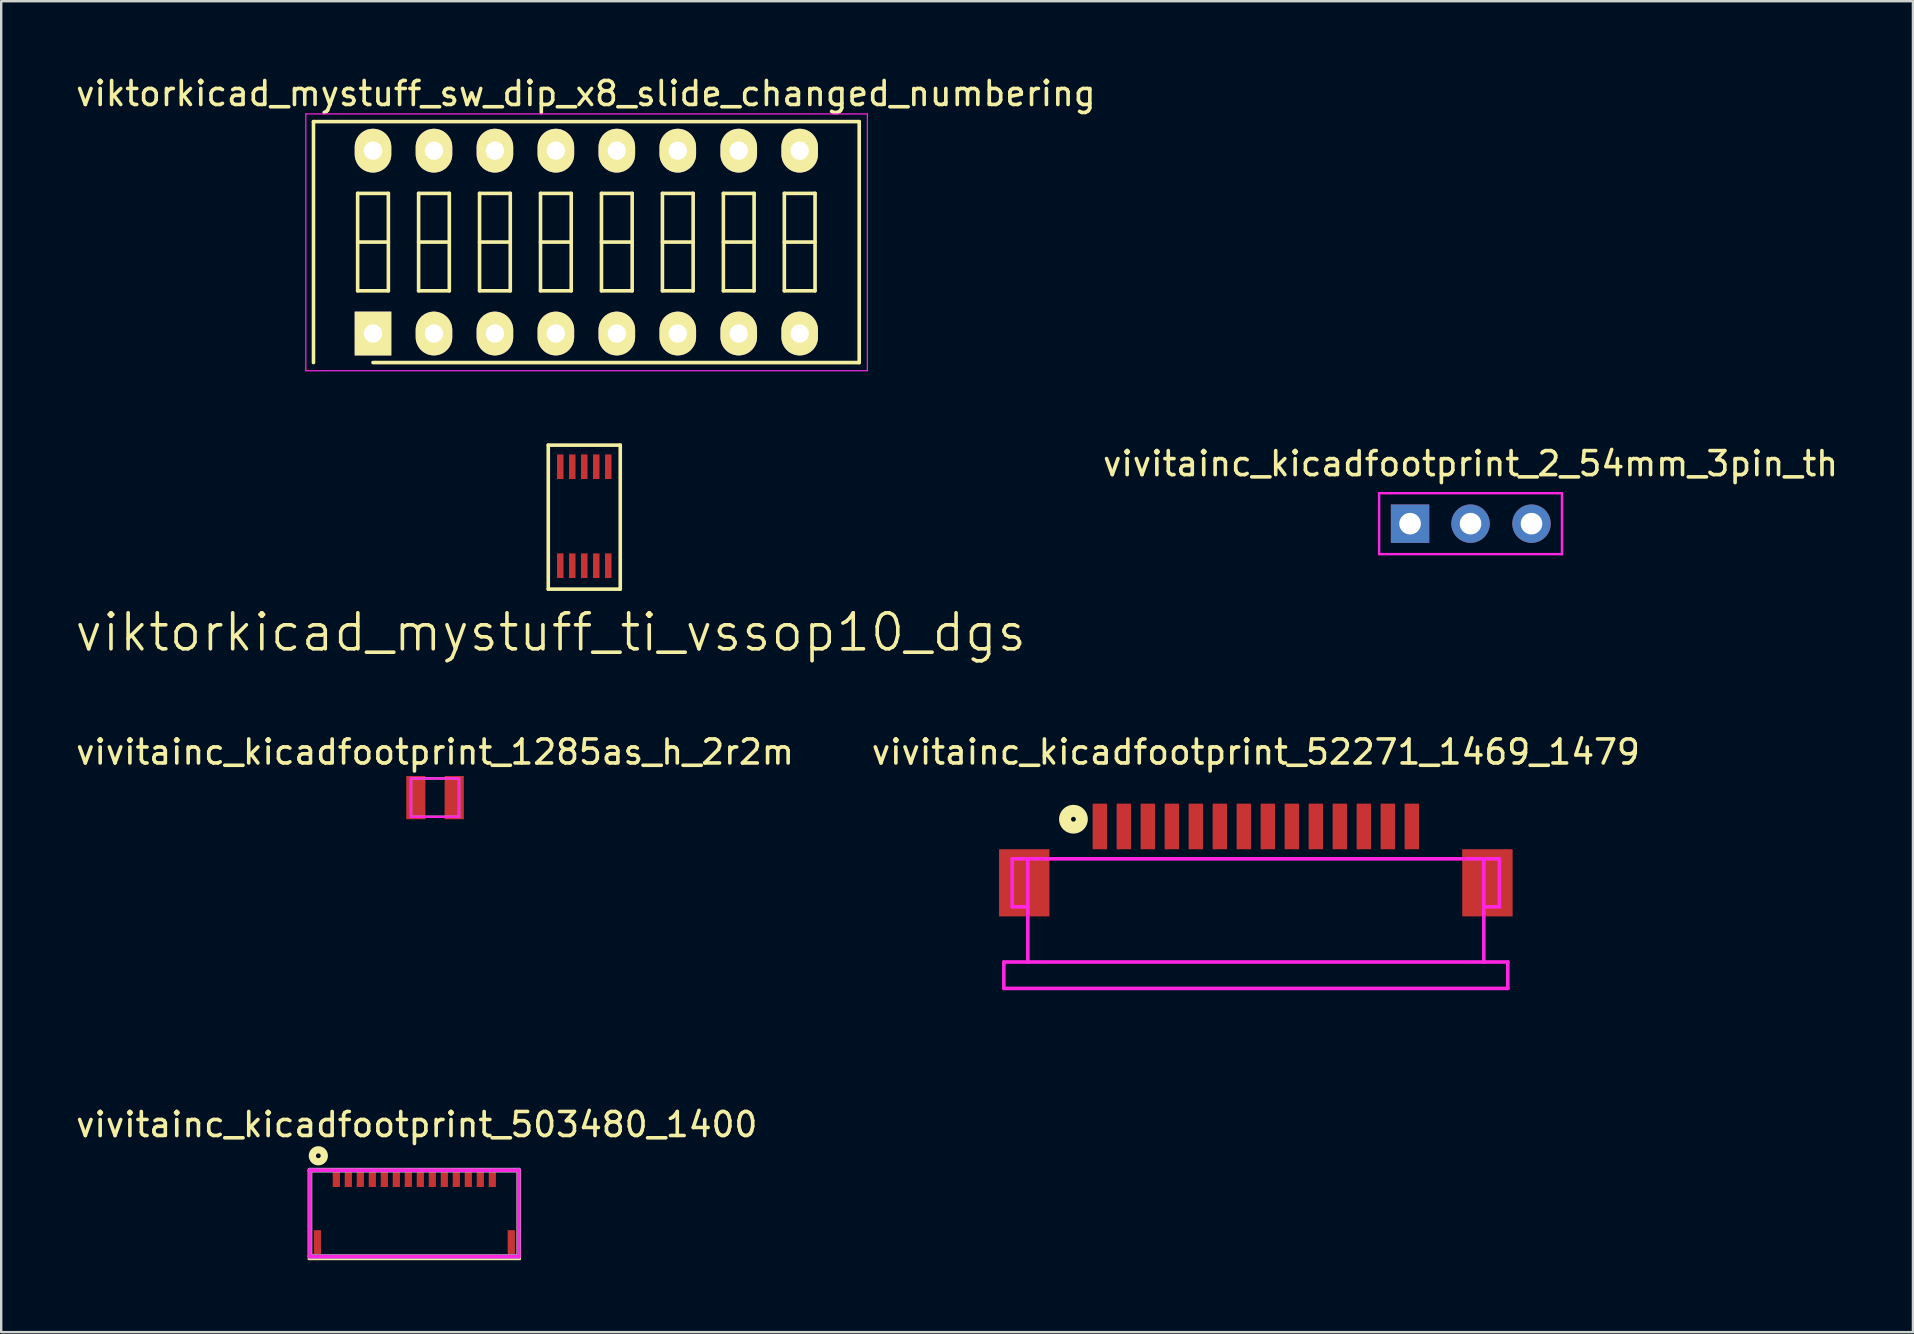
<source format=kicad_pcb>
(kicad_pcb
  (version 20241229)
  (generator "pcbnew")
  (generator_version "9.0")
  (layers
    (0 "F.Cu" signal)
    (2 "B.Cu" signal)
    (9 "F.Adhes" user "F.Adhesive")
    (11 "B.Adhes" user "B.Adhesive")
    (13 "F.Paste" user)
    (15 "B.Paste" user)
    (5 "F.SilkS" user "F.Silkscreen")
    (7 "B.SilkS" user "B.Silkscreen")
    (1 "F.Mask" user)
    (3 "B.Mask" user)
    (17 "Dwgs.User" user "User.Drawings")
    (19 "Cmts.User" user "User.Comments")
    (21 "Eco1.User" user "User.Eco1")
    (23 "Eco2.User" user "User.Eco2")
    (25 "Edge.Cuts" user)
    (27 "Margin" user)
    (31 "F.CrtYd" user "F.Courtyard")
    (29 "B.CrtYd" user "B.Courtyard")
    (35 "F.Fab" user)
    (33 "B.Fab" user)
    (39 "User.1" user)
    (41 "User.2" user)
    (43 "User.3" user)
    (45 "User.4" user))
  (footprint "viktorkicad_mystuff_sw_dip_x8_slide_changed_numbering"
    (layer "F.Cu")
    (at 12.493 10.848)
    (property "Reference" "viktorkicad_mystuff_sw_dip_x8_slide_changed_numbering" (at 8.87 -10 0) (layer "F.SilkS") (effects (font (size 1 1) (thickness 0.15))))
    (attr through_hole)
    (fp_line (start -2.48 -8.83) (end 20.26 -8.83) (stroke (width 0.15) (type solid)) (layer "F.SilkS"))
    (fp_line (start -2.48 1.21) (end -2.48 -8.83) (stroke (width 0.15) (type solid)) (layer "F.SilkS"))
    (fp_line (start -0.64 -5.84) (end -0.64 -1.78) (stroke (width 0.15) (type solid)) (layer "F.SilkS"))
    (fp_line (start -0.64 -3.81) (end 0.64 -3.81) (stroke (width 0.15) (type solid)) (layer "F.SilkS"))
    (fp_line (start -0.64 -1.78) (end 0.64 -1.78) (stroke (width 0.15) (type solid)) (layer "F.SilkS"))
    (fp_line (start 0.64 -5.84) (end -0.64 -5.84) (stroke (width 0.15) (type solid)) (layer "F.SilkS"))
    (fp_line (start 0.64 -1.78) (end 0.64 -5.84) (stroke (width 0.15) (type solid)) (layer "F.SilkS"))
    (fp_line (start 1.9 -5.84) (end 1.9 -1.78) (stroke (width 0.15) (type solid)) (layer "F.SilkS"))
    (fp_line (start 1.9 -3.81) (end 3.18 -3.81) (stroke (width 0.15) (type solid)) (layer "F.SilkS"))
    (fp_line (start 1.9 -1.78) (end 3.18 -1.78) (stroke (width 0.15) (type solid)) (layer "F.SilkS"))
    (fp_line (start 3.18 -5.84) (end 1.9 -5.84) (stroke (width 0.15) (type solid)) (layer "F.SilkS"))
    (fp_line (start 3.18 -1.78) (end 3.18 -5.84) (stroke (width 0.15) (type solid)) (layer "F.SilkS"))
    (fp_line (start 4.44 -5.84) (end 4.44 -1.78) (stroke (width 0.15) (type solid)) (layer "F.SilkS"))
    (fp_line (start 4.44 -3.81) (end 5.72 -3.81) (stroke (width 0.15) (type solid)) (layer "F.SilkS"))
    (fp_line (start 4.44 -1.78) (end 5.72 -1.78) (stroke (width 0.15) (type solid)) (layer "F.SilkS"))
    (fp_line (start 5.72 -5.84) (end 4.44 -5.84) (stroke (width 0.15) (type solid)) (layer "F.SilkS"))
    (fp_line (start 5.72 -1.78) (end 5.72 -5.84) (stroke (width 0.15) (type solid)) (layer "F.SilkS"))
    (fp_line (start 6.98 -5.84) (end 6.98 -1.78) (stroke (width 0.15) (type solid)) (layer "F.SilkS"))
    (fp_line (start 6.98 -3.81) (end 8.26 -3.81) (stroke (width 0.15) (type solid)) (layer "F.SilkS"))
    (fp_line (start 6.98 -1.78) (end 8.26 -1.78) (stroke (width 0.15) (type solid)) (layer "F.SilkS"))
    (fp_line (start 8.26 -5.84) (end 6.98 -5.84) (stroke (width 0.15) (type solid)) (layer "F.SilkS"))
    (fp_line (start 8.26 -1.78) (end 8.26 -5.84) (stroke (width 0.15) (type solid)) (layer "F.SilkS"))
    (fp_line (start 9.52 -5.84) (end 9.52 -1.78) (stroke (width 0.15) (type solid)) (layer "F.SilkS"))
    (fp_line (start 9.52 -3.81) (end 10.8 -3.81) (stroke (width 0.15) (type solid)) (layer "F.SilkS"))
    (fp_line (start 9.52 -1.78) (end 10.8 -1.78) (stroke (width 0.15) (type solid)) (layer "F.SilkS"))
    (fp_line (start 10.8 -5.84) (end 9.52 -5.84) (stroke (width 0.15) (type solid)) (layer "F.SilkS"))
    (fp_line (start 10.8 -1.78) (end 10.8 -5.84) (stroke (width 0.15) (type solid)) (layer "F.SilkS"))
    (fp_line (start 12.06 -5.84) (end 12.06 -1.78) (stroke (width 0.15) (type solid)) (layer "F.SilkS"))
    (fp_line (start 12.06 -3.81) (end 13.34 -3.81) (stroke (width 0.15) (type solid)) (layer "F.SilkS"))
    (fp_line (start 12.06 -1.78) (end 13.34 -1.78) (stroke (width 0.15) (type solid)) (layer "F.SilkS"))
    (fp_line (start 13.34 -5.84) (end 12.06 -5.84) (stroke (width 0.15) (type solid)) (layer "F.SilkS"))
    (fp_line (start 13.34 -1.78) (end 13.34 -5.84) (stroke (width 0.15) (type solid)) (layer "F.SilkS"))
    (fp_line (start 14.6 -5.84) (end 14.6 -1.78) (stroke (width 0.15) (type solid)) (layer "F.SilkS"))
    (fp_line (start 14.6 -3.81) (end 15.88 -3.81) (stroke (width 0.15) (type solid)) (layer "F.SilkS"))
    (fp_line (start 14.6 -1.78) (end 15.88 -1.78) (stroke (width 0.15) (type solid)) (layer "F.SilkS"))
    (fp_line (start 15.88 -5.84) (end 14.6 -5.84) (stroke (width 0.15) (type solid)) (layer "F.SilkS"))
    (fp_line (start 15.88 -1.78) (end 15.88 -5.84) (stroke (width 0.15) (type solid)) (layer "F.SilkS"))
    (fp_line (start 17.14 -5.84) (end 17.14 -1.78) (stroke (width 0.15) (type solid)) (layer "F.SilkS"))
    (fp_line (start 17.14 -3.81) (end 18.42 -3.81) (stroke (width 0.15) (type solid)) (layer "F.SilkS"))
    (fp_line (start 17.14 -1.78) (end 18.42 -1.78) (stroke (width 0.15) (type solid)) (layer "F.SilkS"))
    (fp_line (start 18.42 -5.84) (end 17.14 -5.84) (stroke (width 0.15) (type solid)) (layer "F.SilkS"))
    (fp_line (start 18.42 -1.78) (end 18.42 -5.84) (stroke (width 0.15) (type solid)) (layer "F.SilkS"))
    (fp_line (start 20.26 -8.83) (end 20.26 1.21) (stroke (width 0.15) (type solid)) (layer "F.SilkS"))
    (fp_line (start 20.26 1.21) (end 0 1.21) (stroke (width 0.15) (type solid)) (layer "F.SilkS"))
    (fp_line (start -2.8 -9.15) (end -2.8 1.55) (stroke (width 0.05) (type solid)) (layer "F.CrtYd"))
    (fp_line (start -2.8 1.55) (end 20.6 1.55) (stroke (width 0.05) (type solid)) (layer "F.CrtYd"))
    (fp_line (start 20.6 -9.15) (end -2.8 -9.15) (stroke (width 0.05) (type solid)) (layer "F.CrtYd"))
    (fp_line (start 20.6 1.55) (end 20.6 -9.15) (stroke (width 0.05) (type solid)) (layer "F.CrtYd"))
    (pad "1" thru_hole rect (at 0 0) (size 1.524 1.824) (drill 0.762) (layers "*.Cu" "*.Mask" "F.SilkS"))
    (pad "2" thru_hole oval (at 0 -7.62) (size 1.524 1.824) (drill 0.762) (layers "*.Cu" "*.Mask" "F.SilkS"))
    (pad "3" thru_hole oval (at 2.54 0) (size 1.524 1.824) (drill 0.762) (layers "*.Cu" "*.Mask" "F.SilkS"))
    (pad "4" thru_hole oval (at 2.54 -7.62) (size 1.524 1.824) (drill 0.762) (layers "*.Cu" "*.Mask" "F.SilkS"))
    (pad "5" thru_hole oval (at 5.08 0) (size 1.524 1.824) (drill 0.762) (layers "*.Cu" "*.Mask" "F.SilkS"))
    (pad "6" thru_hole oval (at 5.08 -7.62) (size 1.524 1.824) (drill 0.762) (layers "*.Cu" "*.Mask" "F.SilkS"))
    (pad "7" thru_hole oval (at 7.62 0) (size 1.524 1.824) (drill 0.762) (layers "*.Cu" "*.Mask" "F.SilkS"))
    (pad "8" thru_hole oval (at 7.62 -7.62) (size 1.524 1.824) (drill 0.762) (layers "*.Cu" "*.Mask" "F.SilkS"))
    (pad "9" thru_hole oval (at 10.16 0) (size 1.524 1.824) (drill 0.762) (layers "*.Cu" "*.Mask" "F.SilkS"))
    (pad "10" thru_hole oval (at 10.16 -7.62) (size 1.524 1.824) (drill 0.762) (layers "*.Cu" "*.Mask" "F.SilkS"))
    (pad "11" thru_hole oval (at 12.7 0) (size 1.524 1.824) (drill 0.762) (layers "*.Cu" "*.Mask" "F.SilkS"))
    (pad "12" thru_hole oval (at 12.7 -7.62) (size 1.524 1.824) (drill 0.762) (layers "*.Cu" "*.Mask" "F.SilkS"))
    (pad "13" thru_hole oval (at 15.24 0) (size 1.524 1.824) (drill 0.762) (layers "*.Cu" "*.Mask" "F.SilkS"))
    (pad "14" thru_hole oval (at 15.24 -7.62) (size 1.524 1.824) (drill 0.762) (layers "*.Cu" "*.Mask" "F.SilkS"))
    (pad "15" thru_hole oval (at 17.78 0) (size 1.524 1.824) (drill 0.762) (layers "*.Cu" "*.Mask" "F.SilkS"))
    (pad "16" thru_hole oval (at 17.78 -7.62) (size 1.524 1.824) (drill 0.762) (layers "*.Cu" "*.Mask" "F.SilkS")))
  (footprint "vivitainc_kicadfootprint_503480_1400"
    (layer "F.Cu")
    (at 14.215 45.711)
    (property "Reference" "vivitainc_kicadfootprint_503480_1400" (at 0.1 -1.9 0) (layer "F.SilkS") (effects (font (size 1 1) (thickness 0.15))))
    (attr smd)
    (fp_line (start -4.4 3.7) (end 4.4 3.7) (stroke (width 0.1) (type solid)) (layer "F.SilkS"))
    (fp_circle (center -4 -0.6) (end -4 -0.7) (stroke (width 0.3) (type solid)) (fill no) (layer "F.SilkS"))
    (fp_line (start -4.35 0) (end 4.35 0) (stroke (width 0.15) (type solid)) (layer "F.CrtYd"))
    (fp_line (start -4.35 3.6) (end -4.35 0) (stroke (width 0.15) (type solid)) (layer "F.CrtYd"))
    (fp_line (start 4.35 0) (end 4.35 3.6) (stroke (width 0.15) (type solid)) (layer "F.CrtYd"))
    (fp_line (start 4.35 3.6) (end -4.35 3.6) (stroke (width 0.15) (type solid)) (layer "F.CrtYd"))
    (fp_line (start -4.35 0) (end -4.35 3.6) (stroke (width 0.2) (type solid)) (layer "F.Fab"))
    (fp_line (start -4.35 3.6) (end 4.35 3.6) (stroke (width 0.2) (type solid)) (layer "F.Fab"))
    (fp_line (start 4.35 0) (end -4.35 0) (stroke (width 0.2) (type solid)) (layer "F.Fab"))
    (fp_line (start 4.35 3.6) (end 4.35 0) (stroke (width 0.2) (type solid)) (layer "F.Fab"))
    (pad "1" smd rect (at -3.25 0.35) (size 0.3 0.7) (layers "F.Cu" "F.Mask" "F.Paste"))
    (pad "2" smd rect (at -2.75 0.35) (size 0.3 0.7) (layers "F.Cu" "F.Mask" "F.Paste"))
    (pad "3" smd rect (at -2.25 0.35) (size 0.3 0.7) (layers "F.Cu" "F.Mask" "F.Paste"))
    (pad "4" smd rect (at -1.75 0.35) (size 0.3 0.7) (layers "F.Cu" "F.Mask" "F.Paste"))
    (pad "5" smd rect (at -1.25 0.35) (size 0.3 0.7) (layers "F.Cu" "F.Mask" "F.Paste"))
    (pad "6" smd rect (at -0.75 0.35) (size 0.3 0.7) (layers "F.Cu" "F.Mask" "F.Paste"))
    (pad "7" smd rect (at -0.25 0.35) (size 0.3 0.7) (layers "F.Cu" "F.Mask" "F.Paste"))
    (pad "8" smd rect (at 0.25 0.35) (size 0.3 0.7) (layers "F.Cu" "F.Mask" "F.Paste"))
    (pad "9" smd rect (at 0.75 0.35) (size 0.3 0.7) (layers "F.Cu" "F.Mask" "F.Paste"))
    (pad "10" smd rect (at 1.25 0.35) (size 0.3 0.7) (layers "F.Cu" "F.Mask" "F.Paste"))
    (pad "11" smd rect (at 1.75 0.35) (size 0.3 0.7) (layers "F.Cu" "F.Mask" "F.Paste"))
    (pad "12" smd rect (at 2.25 0.35) (size 0.3 0.7) (layers "F.Cu" "F.Mask" "F.Paste"))
    (pad "13" smd rect (at 2.75 0.35) (size 0.3 0.7) (layers "F.Cu" "F.Mask" "F.Paste"))
    (pad "14" smd rect (at 3.25 0.35) (size 0.3 0.7) (layers "F.Cu" "F.Mask" "F.Paste"))
    (pad "A1" smd rect (at -4.04 3) (size 0.3 1) (layers "F.Cu" "F.Mask" "F.Paste"))
    (pad "B1" smd rect (at 4.04 3) (size 0.3 1) (layers "F.Cu" "F.Mask" "F.Paste")))
  (footprint "viktorkicad_mystuff_ti_vssop10_dgs"
    (layer "F.Cu")
    (at 21.296 18.498)
    (property "Reference" "viktorkicad_mystuff_ti_vssop10_dgs" (at -1.4 4.8 0) (layer "F.SilkS") (effects (font (size 1.5 1.5) (thickness 0.15))))
    (attr through_hole)
    (fp_line (start -1.5 -3) (end -1.5 3) (stroke (width 0.15) (type solid)) (layer "F.SilkS"))
    (fp_line (start -1.5 3) (end 1.5 3) (stroke (width 0.15) (type solid)) (layer "F.SilkS"))
    (fp_line (start 1.5 -3) (end -1.5 -3) (stroke (width 0.15) (type solid)) (layer "F.SilkS"))
    (fp_line (start 1.5 3) (end 1.5 -3) (stroke (width 0.15) (type solid)) (layer "F.SilkS"))
    (pad "1" smd rect (at -1 2.025) (size 0.27 1.025) (layers "F.Cu" "F.Mask" "F.Paste"))
    (pad "2" smd rect (at -0.5 2.025) (size 0.27 1.025) (layers "F.Cu" "F.Mask" "F.Paste"))
    (pad "3" smd rect (at 0 2.025) (size 0.27 1.025) (layers "F.Cu" "F.Mask" "F.Paste"))
    (pad "4" smd rect (at 0.5 2.025) (size 0.27 1.025) (layers "F.Cu" "F.Mask" "F.Paste"))
    (pad "5" smd rect (at 1 2.025) (size 0.27 1.025) (layers "F.Cu" "F.Mask" "F.Paste"))
    (pad "6" smd rect (at 1 -2.1) (size 0.27 1.025) (layers "F.Cu" "F.Mask" "F.Paste"))
    (pad "7" smd rect (at 0.5 -2.1) (size 0.27 1.025) (layers "F.Cu" "F.Mask" "F.Paste"))
    (pad "8" smd rect (at 0 -2.1) (size 0.27 1.025) (layers "F.Cu" "F.Mask" "F.Paste"))
    (pad "9" smd rect (at -0.5 -2.1) (size 0.27 1.025) (layers "F.Cu" "F.Mask" "F.Paste"))
    (pad "10" smd rect (at -1 -2.1) (size 0.27 1.025) (layers "F.Cu" "F.Mask" "F.Paste")))
  (footprint "vivitainc_kicadfootprint_52271_1469_1479"
    (layer "F.Cu")
    (at 49.28 31.387)
    (property "Reference" "vivitainc_kicadfootprint_52271_1469_1479" (at 0 -3.1 0) (layer "F.SilkS") (effects (font (size 1 1) (thickness 0.15))))
    (attr smd)
    (fp_circle (center -7.6 -0.3) (end -7.6 -0.4) (stroke (width 0.5) (type solid)) (fill no) (layer "F.SilkS"))
    (fp_line (start -10.5 8.5) (end -10.5 6.75) (stroke (width 0.15) (type solid)) (layer "Eco1.User"))
    (fp_line (start -10.5 8.5) (end 10.5 8.5) (stroke (width 0.15) (type solid)) (layer "Eco1.User"))
    (fp_line (start 10.5 8.5) (end 10.5 6.75) (stroke (width 0.15) (type solid)) (layer "Eco1.User"))
    (fp_line (start -10.5 5.65) (end -10.5 6.75) (stroke (width 0.15) (type solid)) (layer "F.CrtYd"))
    (fp_line (start -10.5 6.75) (end 10.5 6.75) (stroke (width 0.15) (type solid)) (layer "F.CrtYd"))
    (fp_line (start -10.15 1.35) (end -10.15 3.35) (stroke (width 0.15) (type solid)) (layer "F.CrtYd"))
    (fp_line (start -10.15 3.35) (end -9.5 3.35) (stroke (width 0.15) (type solid)) (layer "F.CrtYd"))
    (fp_line (start -9.5 1.35) (end -10.15 1.35) (stroke (width 0.15) (type solid)) (layer "F.CrtYd"))
    (fp_line (start -9.5 1.35) (end 9.5 1.35) (stroke (width 0.15) (type solid)) (layer "F.CrtYd"))
    (fp_line (start -9.5 5.65) (end -9.5 1.35) (stroke (width 0.15) (type solid)) (layer "F.CrtYd"))
    (fp_line (start 9.5 1.35) (end 9.5 5.65) (stroke (width 0.15) (type solid)) (layer "F.CrtYd"))
    (fp_line (start 9.5 1.35) (end 10.15 1.35) (stroke (width 0.15) (type solid)) (layer "F.CrtYd"))
    (fp_line (start 10.15 1.35) (end 10.15 3.35) (stroke (width 0.15) (type solid)) (layer "F.CrtYd"))
    (fp_line (start 10.15 3.35) (end 9.5 3.35) (stroke (width 0.15) (type solid)) (layer "F.CrtYd"))
    (fp_line (start 10.5 5.65) (end -10.5 5.65) (stroke (width 0.15) (type solid)) (layer "F.CrtYd"))
    (fp_line (start 10.5 5.65) (end 10.5 6.75) (stroke (width 0.15) (type solid)) (layer "F.CrtYd"))
    (fp_text user "0mmH" (at 0 7.7 0) (layer "Eco1.User") (effects (font (size 1 1) (thickness 0.15))))
    (pad "" smd rect (at -9.65 2.35) (size 2.1 2.8) (layers "F.Cu" "F.Mask" "F.Paste"))
    (pad "" smd rect (at 9.65 2.35) (size 2.1 2.8) (layers "F.Cu" "F.Mask" "F.Paste"))
    (pad "1" smd rect (at -6.5 0) (size 0.6 1.9) (layers "F.Cu" "F.Mask" "F.Paste"))
    (pad "2" smd rect (at -5.5 0) (size 0.6 1.9) (layers "F.Cu" "F.Mask" "F.Paste"))
    (pad "3" smd rect (at -4.5 0) (size 0.6 1.9) (layers "F.Cu" "F.Mask" "F.Paste"))
    (pad "4" smd rect (at -3.5 0) (size 0.6 1.9) (layers "F.Cu" "F.Mask" "F.Paste"))
    (pad "5" smd rect (at -2.5 0) (size 0.6 1.9) (layers "F.Cu" "F.Mask" "F.Paste"))
    (pad "6" smd rect (at -1.5 0) (size 0.6 1.9) (layers "F.Cu" "F.Mask" "F.Paste"))
    (pad "7" smd rect (at -0.5 0) (size 0.6 1.9) (layers "F.Cu" "F.Mask" "F.Paste"))
    (pad "8" smd rect (at 0.5 0) (size 0.6 1.9) (layers "F.Cu" "F.Mask" "F.Paste"))
    (pad "9" smd rect (at 1.5 0) (size 0.6 1.9) (layers "F.Cu" "F.Mask" "F.Paste"))
    (pad "10" smd rect (at 2.5 0) (size 0.6 1.9) (layers "F.Cu" "F.Mask" "F.Paste"))
    (pad "11" smd rect (at 3.5 0) (size 0.6 1.9) (layers "F.Cu" "F.Mask" "F.Paste"))
    (pad "12" smd rect (at 4.5 0) (size 0.6 1.9) (layers "F.Cu" "F.Mask" "F.Paste"))
    (pad "13" smd rect (at 5.5 0) (size 0.6 1.9) (layers "F.Cu" "F.Mask" "F.Paste"))
    (pad "14" smd rect (at 6.5 0) (size 0.6 1.9) (layers "F.Cu" "F.Mask" "F.Paste")))
  (footprint "vivitainc_kicadfootprint_1285as_h_2r2m"
    (layer "F.Cu")
    (at 15.077 30.187)
    (property "Reference" "vivitainc_kicadfootprint_1285as_h_2r2m" (at 0 -1.9 0) (layer "F.SilkS") (effects (font (size 1 1) (thickness 0.15))))
    (attr smd)
    (fp_line (start -1 -0.8) (end -1 0.8) (stroke (width 0.1) (type solid)) (layer "F.CrtYd"))
    (fp_line (start -1 0.8) (end 1 0.8) (stroke (width 0.1) (type solid)) (layer "F.CrtYd"))
    (fp_line (start 1 -0.8) (end -1 -0.8) (stroke (width 0.1) (type solid)) (layer "F.CrtYd"))
    (fp_line (start 1 0.8) (end 1 -0.8) (stroke (width 0.1) (type solid)) (layer "F.CrtYd"))
    (fp_line (start -1 -0.8) (end -1 0.8) (stroke (width 0.1) (type solid)) (layer "F.Fab"))
    (fp_line (start -1 0.8) (end 1 0.8) (stroke (width 0.1) (type solid)) (layer "F.Fab"))
    (fp_line (start 1 -0.8) (end -1 -0.8) (stroke (width 0.1) (type solid)) (layer "F.Fab"))
    (fp_line (start 1 0.8) (end 1 -0.8) (stroke (width 0.1) (type solid)) (layer "F.Fab"))
    (pad "1" smd rect (at 0.8 0) (size 0.8 1.8) (layers "F.Cu" "F.Mask" "F.Paste"))
    (pad "2" smd rect (at -0.8 0) (size 0.8 1.8) (layers "F.Cu" "F.Mask" "F.Paste")))
  (footprint "vivitainc_kicadfootprint_2_54mm_3pin_th"
    (layer "F.Cu")
    (at 58.227 18.771)
    (property "Reference" "vivitainc_kicadfootprint_2_54mm_3pin_th" (at 0 -2.5 0) (layer "F.SilkS") (effects (font (size 1 1) (thickness 0.15))))
    (attr through_hole)
    (fp_line (start -3.81 -1.27) (end 3.81 -1.27) (stroke (width 0.1) (type solid)) (layer "F.CrtYd"))
    (fp_line (start -3.81 1.27) (end -3.81 -1.27) (stroke (width 0.1) (type solid)) (layer "F.CrtYd"))
    (fp_line (start 3.81 -1.27) (end 3.81 1.27) (stroke (width 0.1) (type solid)) (layer "F.CrtYd"))
    (fp_line (start 3.81 1.27) (end -3.81 1.27) (stroke (width 0.1) (type solid)) (layer "F.CrtYd"))
    (pad "1" thru_hole rect (at -2.52 0) (size 1.6 1.6) (drill 0.9) (layers "*.Cu" "*.Mask"))
    (pad "2" thru_hole circle (at 0 0) (size 1.6 1.6) (drill 0.9) (layers "*.Cu" "*.Mask"))
    (pad "3" thru_hole circle (at 2.54 0) (size 1.6 1.6) (drill 0.9) (layers "*.Cu" "*.Mask")))
  (gr_rect
    (start -3 -3)
    (end 76.662 52.461)
    (stroke (width 0.1) (type default))
    (fill no)
    (layer "Edge.Cuts")))
</source>
